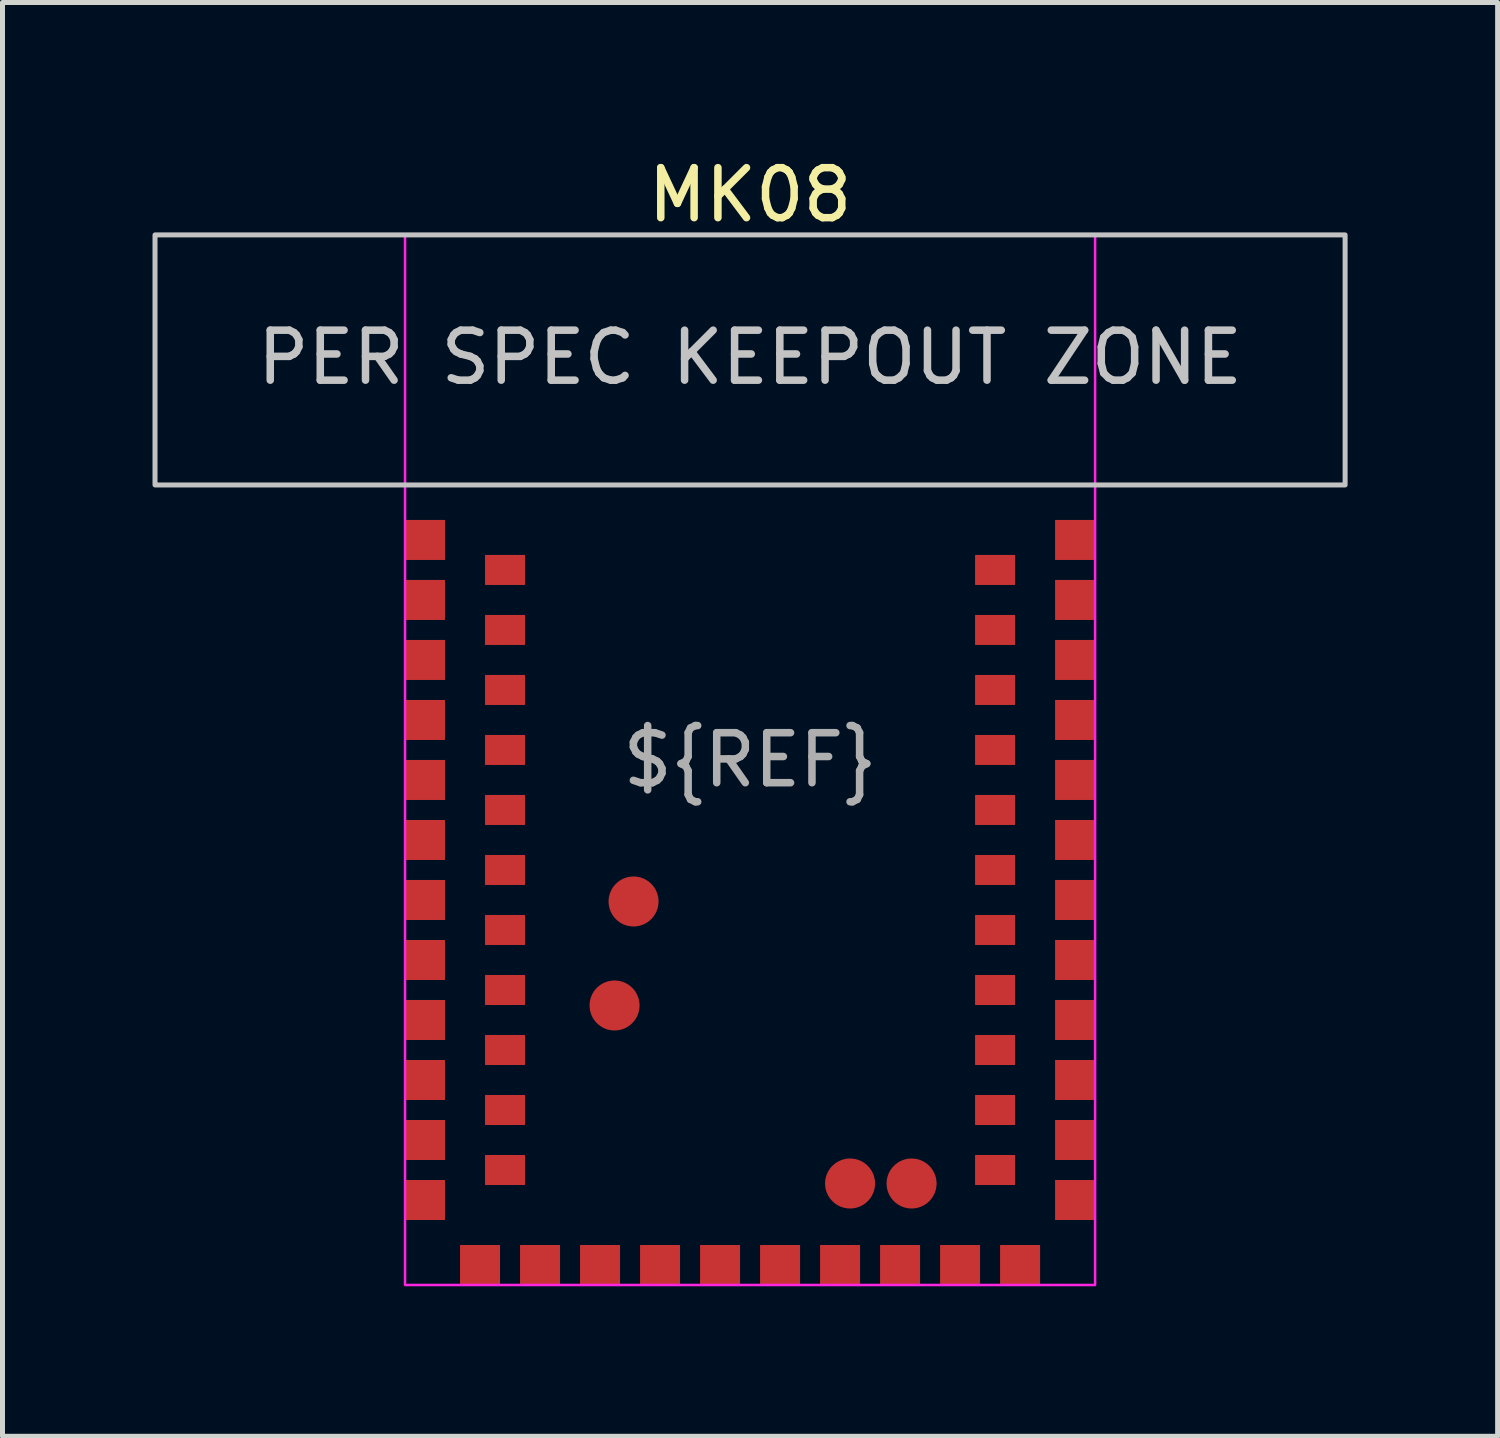
<source format=kicad_pcb>
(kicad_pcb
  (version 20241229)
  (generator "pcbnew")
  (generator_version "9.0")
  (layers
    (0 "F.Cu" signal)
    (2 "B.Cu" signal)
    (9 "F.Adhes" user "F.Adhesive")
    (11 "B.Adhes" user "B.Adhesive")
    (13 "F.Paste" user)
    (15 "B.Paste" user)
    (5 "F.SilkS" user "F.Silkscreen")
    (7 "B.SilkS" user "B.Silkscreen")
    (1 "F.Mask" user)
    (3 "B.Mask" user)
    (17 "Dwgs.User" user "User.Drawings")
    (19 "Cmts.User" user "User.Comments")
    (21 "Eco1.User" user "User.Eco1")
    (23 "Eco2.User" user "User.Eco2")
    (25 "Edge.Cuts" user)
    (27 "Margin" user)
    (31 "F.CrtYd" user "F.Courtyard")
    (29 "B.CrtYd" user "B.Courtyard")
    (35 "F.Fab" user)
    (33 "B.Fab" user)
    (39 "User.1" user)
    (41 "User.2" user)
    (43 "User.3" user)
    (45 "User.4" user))
  (footprint "MK08"
    (layer "F.Cu")
    (at 11.95 12.148)
    (property "Reference" "MK08" (at 0 -11.3 0) (unlocked yes) (layer "F.SilkS") (effects (font (size 1 1) (thickness 0.15))))
    (attr smd)
    (fp_rect (start 11.9 -10.5) (end -11.9 -5.5) (stroke (width 0.1) (type solid)) (fill no) (layer "Dwgs.User"))
    (fp_rect (start -6.9 10.5) (end 6.9 -10.5) (stroke (width 0.05) (type solid)) (fill no) (layer "F.CrtYd"))
    (fp_text user "PER SPEC KEEPOUT ZONE" (at 0 -8.05 0) (unlocked yes) (layer "Dwgs.User") (effects (font (size 1 1) (thickness 0.15))))
    (fp_text user "${REF}" (at 0 0 0) (unlocked yes) (layer "F.Fab") (effects (font (size 1 1) (thickness 0.15))))
    (pad "1" smd rect (at -6.5 -4.4) (size 0.8 0.8) (layers "F.Cu" "F.Mask" "F.Paste"))
    (pad "2" smd rect (at -6.5 -3.2) (size 0.8 0.8) (layers "F.Cu" "F.Mask" "F.Paste"))
    (pad "3" smd rect (at -6.5 -2) (size 0.8 0.8) (layers "F.Cu" "F.Mask" "F.Paste"))
    (pad "4" smd rect (at -6.5 -0.8) (size 0.8 0.8) (layers "F.Cu" "F.Mask" "F.Paste"))
    (pad "5" smd rect (at -6.5 0.4) (size 0.8 0.8) (layers "F.Cu" "F.Mask" "F.Paste"))
    (pad "6" smd rect (at -6.5 1.6) (size 0.8 0.8) (layers "F.Cu" "F.Mask" "F.Paste"))
    (pad "7" smd rect (at -6.5 2.8) (size 0.8 0.8) (layers "F.Cu" "F.Mask" "F.Paste"))
    (pad "8" smd rect (at -6.5 4) (size 0.8 0.8) (layers "F.Cu" "F.Mask" "F.Paste"))
    (pad "9" smd rect (at -6.5 5.2) (size 0.8 0.8) (layers "F.Cu" "F.Mask" "F.Paste"))
    (pad "9" smd circle (at -2.71 4.91) (size 1 1) (layers "F.Cu" "F.Mask" "F.Paste"))
    (pad "10" smd rect (at -6.5 6.4) (size 0.8 0.8) (layers "F.Cu" "F.Mask" "F.Paste"))
    (pad "11" smd rect (at -6.5 7.6) (size 0.8 0.8) (layers "F.Cu" "F.Mask" "F.Paste"))
    (pad "12" smd rect (at -6.5 8.8) (size 0.8 0.8) (layers "F.Cu" "F.Mask" "F.Paste"))
    (pad "13" smd rect (at -5.4 10.1) (size 0.8 0.8) (layers "F.Cu" "F.Mask" "F.Paste"))
    (pad "14" smd rect (at -4.2 10.1) (size 0.8 0.8) (layers "F.Cu" "F.Mask" "F.Paste"))
    (pad "15" smd rect (at -3 10.1) (size 0.8 0.8) (layers "F.Cu" "F.Mask" "F.Paste"))
    (pad "16" smd rect (at -1.8 10.1) (size 0.8 0.8) (layers "F.Cu" "F.Mask" "F.Paste"))
    (pad "17" smd rect (at -0.6 10.1) (size 0.8 0.8) (layers "F.Cu" "F.Mask" "F.Paste"))
    (pad "18" smd rect (at 0.6 10.1) (size 0.8 0.8) (layers "F.Cu" "F.Mask" "F.Paste"))
    (pad "19" smd rect (at 1.8 10.1) (size 0.8 0.8) (layers "F.Cu" "F.Mask" "F.Paste"))
    (pad "19" smd circle (at 2 8.47) (size 1 1) (layers "F.Cu" "F.Mask" "F.Paste"))
    (pad "20" smd rect (at 3 10.1) (size 0.8 0.8) (layers "F.Cu" "F.Mask" "F.Paste"))
    (pad "20" smd circle (at 3.23 8.47) (size 1 1) (layers "F.Cu" "F.Mask" "F.Paste"))
    (pad "21" smd rect (at 4.2 10.1) (size 0.8 0.8) (layers "F.Cu" "F.Mask" "F.Paste"))
    (pad "22" smd rect (at 5.4 10.1) (size 0.8 0.8) (layers "F.Cu" "F.Mask" "F.Paste"))
    (pad "23" smd rect (at 6.5 8.8) (size 0.8 0.8) (layers "F.Cu" "F.Mask" "F.Paste"))
    (pad "24" smd rect (at 6.5 7.6) (size 0.8 0.8) (layers "F.Cu" "F.Mask" "F.Paste"))
    (pad "25" smd rect (at 6.5 6.4) (size 0.8 0.8) (layers "F.Cu" "F.Mask" "F.Paste"))
    (pad "26" smd rect (at 6.5 5.2) (size 0.8 0.8) (layers "F.Cu" "F.Mask" "F.Paste"))
    (pad "27" smd rect (at 6.5 4) (size 0.8 0.8) (layers "F.Cu" "F.Mask" "F.Paste"))
    (pad "28" smd rect (at 6.5 2.8) (size 0.8 0.8) (layers "F.Cu" "F.Mask" "F.Paste"))
    (pad "29" smd rect (at 6.5 1.6) (size 0.8 0.8) (layers "F.Cu" "F.Mask" "F.Paste"))
    (pad "30" smd rect (at 6.5 0.4) (size 0.8 0.8) (layers "F.Cu" "F.Mask" "F.Paste"))
    (pad "31" smd rect (at 6.5 -0.8) (size 0.8 0.8) (layers "F.Cu" "F.Mask" "F.Paste"))
    (pad "32" smd rect (at 6.5 -2) (size 0.8 0.8) (layers "F.Cu" "F.Mask" "F.Paste"))
    (pad "33" smd rect (at 6.5 -3.2) (size 0.8 0.8) (layers "F.Cu" "F.Mask" "F.Paste"))
    (pad "34" smd rect (at 6.5 -4.4) (size 0.8 0.8) (layers "F.Cu" "F.Mask" "F.Paste"))
    (pad "35" smd rect (at -4.9 -3.8 90) (size 0.6 0.8) (layers "F.Cu" "F.Mask" "F.Paste"))
    (pad "36" smd rect (at -4.9 -2.6 90) (size 0.6 0.8) (layers "F.Cu" "F.Mask" "F.Paste"))
    (pad "37" smd rect (at -4.9 -1.4 90) (size 0.6 0.8) (layers "F.Cu" "F.Mask" "F.Paste"))
    (pad "38" smd rect (at -4.9 -0.2 90) (size 0.6 0.8) (layers "F.Cu" "F.Mask" "F.Paste"))
    (pad "39" smd rect (at -4.9 1 90) (size 0.6 0.8) (layers "F.Cu" "F.Mask" "F.Paste"))
    (pad "40" smd rect (at -4.9 2.2 90) (size 0.6 0.8) (layers "F.Cu" "F.Mask" "F.Paste"))
    (pad "41" smd rect (at -4.9 3.4 90) (size 0.6 0.8) (layers "F.Cu" "F.Mask" "F.Paste"))
    (pad "42" smd rect (at -4.9 4.6 90) (size 0.6 0.8) (layers "F.Cu" "F.Mask" "F.Paste"))
    (pad "43" smd rect (at -4.9 5.8 90) (size 0.6 0.8) (layers "F.Cu" "F.Mask" "F.Paste"))
    (pad "44" smd rect (at -4.9 7 90) (size 0.6 0.8) (layers "F.Cu" "F.Mask" "F.Paste"))
    (pad "45" smd rect (at -4.9 8.2 90) (size 0.6 0.8) (layers "F.Cu" "F.Mask" "F.Paste"))
    (pad "46" smd rect (at 4.9 8.2 90) (size 0.6 0.8) (layers "F.Cu" "F.Mask" "F.Paste"))
    (pad "47" smd rect (at 4.9 7 90) (size 0.6 0.8) (layers "F.Cu" "F.Mask" "F.Paste"))
    (pad "48" smd rect (at 4.9 5.8 90) (size 0.6 0.8) (layers "F.Cu" "F.Mask" "F.Paste"))
    (pad "49" smd rect (at 4.9 4.6 90) (size 0.6 0.8) (layers "F.Cu" "F.Mask" "F.Paste"))
    (pad "50" smd rect (at 4.9 3.4 90) (size 0.6 0.8) (layers "F.Cu" "F.Mask" "F.Paste"))
    (pad "51" smd rect (at 4.9 2.2 90) (size 0.6 0.8) (layers "F.Cu" "F.Mask" "F.Paste"))
    (pad "52" smd rect (at 4.9 1 90) (size 0.6 0.8) (layers "F.Cu" "F.Mask" "F.Paste"))
    (pad "53" smd rect (at 4.9 -0.2 90) (size 0.6 0.8) (layers "F.Cu" "F.Mask" "F.Paste"))
    (pad "54" smd rect (at 4.9 -1.4 90) (size 0.6 0.8) (layers "F.Cu" "F.Mask" "F.Paste"))
    (pad "55" smd rect (at 4.9 -2.6 90) (size 0.6 0.8) (layers "F.Cu" "F.Mask" "F.Paste"))
    (pad "56" smd rect (at 4.9 -3.8 90) (size 0.6 0.8) (layers "F.Cu" "F.Mask" "F.Paste"))
    (pad "57" smd circle (at -2.33 2.83) (size 1 1) (layers "F.Cu" "F.Mask" "F.Paste"))
    (zone (net_name "") (layers "F.Cu" "B.Cu") (hatch full 0.508) (connect_pads) (min_thickness 0.254) (filled_areas_thickness no) (keepout (tracks not_allowed) (vias not_allowed) (pads not_allowed) (copperpour not_allowed) (footprints not_allowed)) (placement (enabled no)) (fill) (polygon (pts (xy 23.85 6.648) (xy 0.05 6.648) (xy 0.05 1.648) (xy 23.85 1.648)))))
  (gr_rect
    (start -3 -3)
    (end 26.9 25.673)
    (stroke (width 0.1) (type default))
    (fill no)
    (layer "Edge.Cuts")))
</source>
